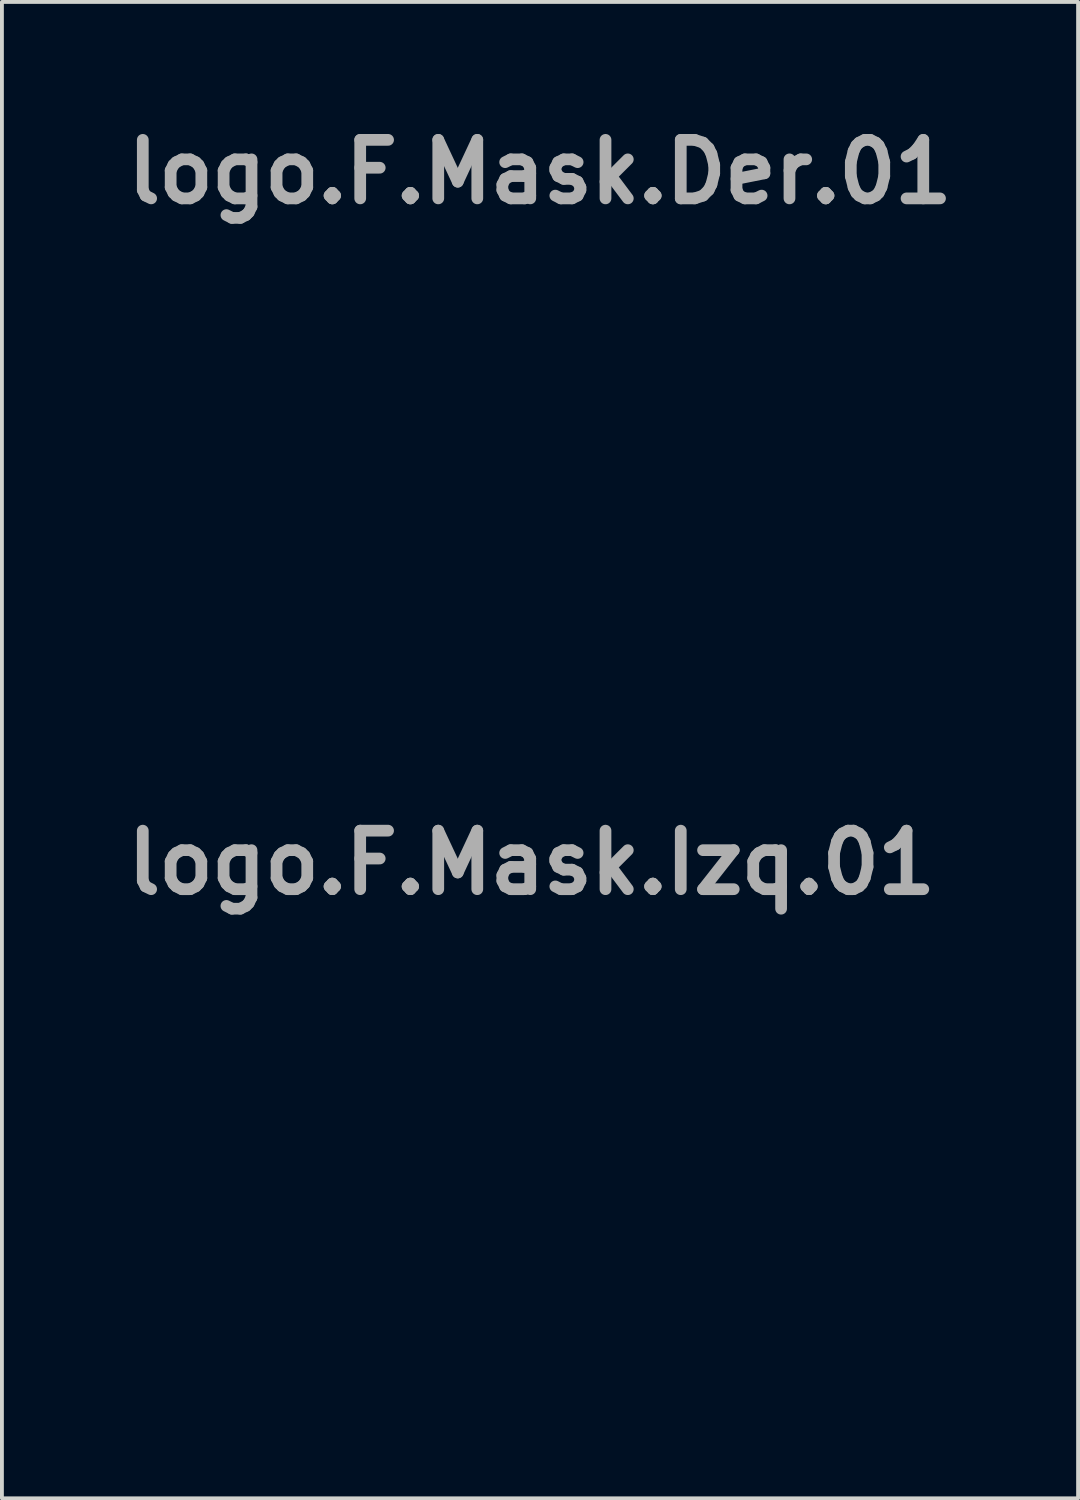
<source format=kicad_pcb>
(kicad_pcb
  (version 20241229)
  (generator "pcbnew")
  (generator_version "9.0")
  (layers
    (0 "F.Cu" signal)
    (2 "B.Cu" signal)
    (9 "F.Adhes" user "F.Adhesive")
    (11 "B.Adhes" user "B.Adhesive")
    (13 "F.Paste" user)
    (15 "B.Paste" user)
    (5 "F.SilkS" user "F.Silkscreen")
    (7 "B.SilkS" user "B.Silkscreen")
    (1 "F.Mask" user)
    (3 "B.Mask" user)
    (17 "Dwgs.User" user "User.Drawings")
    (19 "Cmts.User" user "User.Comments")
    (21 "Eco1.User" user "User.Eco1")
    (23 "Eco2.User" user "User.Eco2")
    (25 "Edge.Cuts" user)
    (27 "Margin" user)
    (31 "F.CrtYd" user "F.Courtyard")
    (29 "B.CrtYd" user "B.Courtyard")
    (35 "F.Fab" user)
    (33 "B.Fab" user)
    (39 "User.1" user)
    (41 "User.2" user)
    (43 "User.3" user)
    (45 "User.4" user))
  (footprint "logo.F.Mask.Izq.01"
    (layer "F.Cu")
    (at 10.791 27.676)
    (property "Reference" "logo.F.Mask.Izq.01" (at 0 -8.265 0) (layer "F.Fab") (effects (font (size 1.524 1.524) (thickness 0.305))))
    (attr smd)
    (fp_poly (pts (xy -1.987 5.085) (xy -2.551 4.943) (xy -3.405 1.006) (xy -3.228 1.006) (xy -3.052 1.006) (xy -2.876 1.006) (xy -2.699 1.006) (xy -2.523 1.006) (xy -2.346 1.006) (xy -2.17 1.006) (xy -1.994 1.006) (xy -1.817 1.006) (xy -1.641 1.006) (xy -1.464 1.006) (xy -1.288 1.006) (xy -1.112 1.006) (xy -0.935 1.006) (xy -0.759 1.006) (xy -0.583 1.006) (xy -0.406 1.006) (xy -0.23 1.006) (xy -0.053 1.006) (xy 0.123 1.006) (xy 0.299 1.006) (xy 0.476 1.006) (xy 0.652 1.006) (xy 0.829 1.006) (xy 1.005 1.006) (xy 1.181 1.006) (xy 1.358 1.006) (xy 1.534 1.006) (xy 1.711 1.006) (xy 1.887 1.006) (xy 2.063 1.006) (xy 2.24 1.006) (xy 2.24 0.939) (xy 2.24 0.873) (xy 2.24 0.807) (xy 2.24 0.741) (xy 2.24 0.675) (xy 2.24 0.609) (xy 2.24 0.542) (xy 2.24 0.476) (xy 2.24 0.41) (xy 2.24 0.344) (xy 2.24 0.278) (xy 2.24 0.212) (xy 2.24 0.146) (xy 2.24 0.079) (xy 2.24 0.013) (xy 2.24 -0.053) (xy 2.24 -0.119) (xy 2.24 -0.185) (xy 2.24 -0.251) (xy 2.24 -0.317) (xy 2.24 -0.384) (xy 2.24 -0.45) (xy 2.24 -0.516) (xy 2.24 -0.582) (xy 2.24 -0.648) (xy 2.24 -0.714) (xy 2.24 -0.78) (xy 2.24 -0.847) (xy 2.24 -0.913) (xy 2.24 -0.979) (xy 2.24 -1.045) (xy 2.24 -1.111) (xy 2.063 -1.111) (xy 1.887 -1.111) (xy 1.711 -1.111) (xy 1.534 -1.111) (xy 1.358 -1.111) (xy 1.181 -1.111) (xy 1.005 -1.111) (xy 0.829 -1.111) (xy 0.652 -1.111) (xy 0.476 -1.111) (xy 0.299 -1.111) (xy 0.123 -1.111) (xy -0.053 -1.111) (xy -0.23 -1.111) (xy -0.406 -1.111) (xy -0.583 -1.111) (xy -0.759 -1.111) (xy -0.935 -1.111) (xy -1.112 -1.111) (xy -1.288 -1.111) (xy -1.464 -1.111) (xy -1.641 -1.111) (xy -1.817 -1.111) (xy -1.994 -1.111) (xy -2.17 -1.111) (xy -2.346 -1.111) (xy -2.523 -1.111) (xy -2.699 -1.111) (xy -2.876 -1.111) (xy -3.052 -1.111) (xy -3.228 -1.111) (xy -3.405 -1.111) (xy -3.405 -1.045) (xy -3.405 -0.979) (xy -3.405 -0.913) (xy -3.405 -0.847) (xy -3.405 -0.78) (xy -3.405 -0.714) (xy -3.405 -0.648) (xy -3.405 -0.582) (xy -3.405 -0.516) (xy -3.405 -0.45) (xy -3.405 -0.384) (xy -3.405 -0.317) (xy -3.405 -0.251) (xy -3.405 -0.185) (xy -3.405 -0.119) (xy -3.405 -0.053) (xy -3.405 0.013) (xy -3.405 0.079) (xy -3.405 0.146) (xy -3.405 0.212) (xy -3.405 0.278) (xy -3.405 0.344) (xy -3.405 0.41) (xy -3.405 0.476) (xy -3.405 0.542) (xy -3.405 0.609) (xy -3.405 0.675) (xy -3.405 0.741) (xy -3.405 0.807) (xy -3.405 0.873) (xy -3.405 0.939) (xy -3.405 1.006) (xy -2.551 4.943) (xy -3.085 4.748) (xy -3.587 4.502) (xy -4.055 4.21) (xy -4.486 3.876) (xy -4.878 3.503) (xy -5.229 3.096) (xy -5.535 2.658) (xy -5.795 2.193) (xy -6.006 1.705) (xy -6.166 1.199) (xy -6.272 0.677) (xy -6.321 0.144) (xy -6.312 -0.396) (xy -6.241 -0.939) (xy -6.107 -1.482) (xy -5.959 -1.904) (xy -5.78 -2.304) (xy -5.573 -2.682) (xy -5.338 -3.037) (xy -5.076 -3.368) (xy -4.79 -3.675) (xy -4.478 -3.957) (xy -4.144 -4.212) (xy -3.788 -4.441) (xy -3.412 -4.642) (xy -3.015 -4.814) (xy -2.601 -4.957) (xy -2.169 -5.069) (xy -1.722 -5.151) (xy -1.259 -5.2) (xy -0.783 -5.217) (xy -0.332 -5.202) (xy 0.112 -5.155) (xy 0.547 -5.077) (xy 0.975 -4.967) (xy 1.396 -4.825) (xy 1.809 -4.651) (xy 2.216 -4.446) (xy 2.617 -4.208) (xy 3.011 -3.937) (xy 3.399 -3.634) (xy 3.781 -3.299) (xy 4.158 -2.93) (xy 4.529 -2.529) (xy 4.895 -2.094) (xy 5.256 -1.626) (xy 5.613 -1.124) (xy 5.658 -1.059) (xy 5.702 -0.994) (xy 5.747 -0.928) (xy 5.792 -0.863) (xy 5.836 -0.798) (xy 5.881 -0.732) (xy 5.926 -0.667) (xy 5.97 -0.602) (xy 6.015 -0.536) (xy 6.06 -0.471) (xy 6.104 -0.406) (xy 6.149 -0.341) (xy 6.194 -0.275) (xy 6.238 -0.21) (xy 6.283 -0.145) (xy 6.328 -0.079) (xy 6.309 -0.048) (xy 6.29 -0.016) (xy 6.271 0.016) (xy 6.252 0.048) (xy 6.233 0.079) (xy 6.214 0.111) (xy 6.195 0.143) (xy 6.176 0.174) (xy 6.157 0.206) (xy 6.138 0.238) (xy 6.119 0.269) (xy 6.1 0.301) (xy 6.081 0.333) (xy 6.062 0.364) (xy 6.043 0.396) (xy 6.023 0.428) (xy 5.735 0.887) (xy 5.431 1.329) (xy 5.113 1.752) (xy 4.782 2.156) (xy 4.439 2.539) (xy 4.087 2.9) (xy 3.725 3.239) (xy 3.356 3.555) (xy 2.98 3.845) (xy 2.599 4.11) (xy 2.214 4.348) (xy 1.827 4.557) (xy 1.439 4.738) (xy 1.051 4.889) (xy 0.664 5.009) (xy 0.28 5.097) (xy 0.12 5.126) (xy -0.032 5.15) (xy -0.179 5.171) (xy -0.319 5.188) (xy -0.456 5.201) (xy -0.589 5.21) (xy -0.721 5.216) (xy -0.851 5.217) (xy -0.981 5.214) (xy -1.113 5.208) (xy -1.247 5.197) (xy -1.384 5.183) (xy -1.525 5.164) (xy -1.672 5.142) (xy -1.826 5.115) (xy -1.987 5.085) (xy -1.987 5.085) (xy -1.987 5.085) (xy -1.987 5.085) (xy -1.987 5.085) (xy -1.987 5.085)) (stroke (width 0.133) (type solid)) (fill yes) (layer "F.Mask")))
  (footprint "logo.F.Mask.Der.01"
    (layer "F.Cu")
    (at 11.009 9.696)
    (property "Reference" "logo.F.Mask.Der.01" (at 0 -8.27 0) (layer "F.Fab") (effects (font (size 1.524 1.524) (thickness 0.305))))
    (attr smd)
    (fp_poly (pts (xy -0.55 5.043) (xy -2.292 1.01) (xy -2.177 1.01) (xy -2.063 1.01) (xy -1.948 1.01) (xy -1.834 1.01) (xy -1.719 1.01) (xy -1.604 1.01) (xy -1.49 1.01) (xy -1.375 1.01) (xy -1.26 1.01) (xy -1.146 1.01) (xy -1.031 1.01) (xy -0.916 1.01) (xy -0.802 1.01) (xy -0.687 1.01) (xy -0.572 1.01) (xy -0.458 1.01) (xy -0.458 1.125) (xy -0.458 1.239) (xy -0.458 1.354) (xy -0.458 1.469) (xy -0.458 1.583) (xy -0.458 1.698) (xy -0.458 1.813) (xy -0.458 1.927) (xy -0.458 2.042) (xy -0.458 2.156) (xy -0.458 2.271) (xy -0.458 2.386) (xy -0.458 2.5) (xy -0.458 2.615) (xy -0.458 2.73) (xy -0.458 2.844) (xy -0.325 2.844) (xy -0.193 2.844) (xy -0.061 2.844) (xy 0.071 2.844) (xy 0.204 2.844) (xy 0.336 2.844) (xy 0.468 2.844) (xy 0.601 2.844) (xy 0.733 2.844) (xy 0.865 2.844) (xy 0.998 2.844) (xy 1.13 2.844) (xy 1.262 2.844) (xy 1.394 2.844) (xy 1.527 2.844) (xy 1.659 2.844) (xy 1.659 2.73) (xy 1.659 2.615) (xy 1.659 2.5) (xy 1.659 2.386) (xy 1.659 2.271) (xy 1.659 2.156) (xy 1.659 2.042) (xy 1.659 1.927) (xy 1.659 1.813) (xy 1.659 1.698) (xy 1.659 1.583) (xy 1.659 1.469) (xy 1.659 1.354) (xy 1.659 1.239) (xy 1.659 1.125) (xy 1.659 1.01) (xy 1.765 1.01) (xy 1.871 1.01) (xy 1.976 1.01) (xy 2.082 1.01) (xy 2.188 1.01) (xy 2.294 1.01) (xy 2.4 1.01) (xy 2.506 1.01) (xy 2.611 1.01) (xy 2.717 1.01) (xy 2.823 1.01) (xy 2.929 1.01) (xy 3.035 1.01) (xy 3.141 1.01) (xy 3.246 1.01) (xy 3.352 1.01) (xy 3.352 0.878) (xy 3.352 0.745) (xy 3.352 0.613) (xy 3.352 0.481) (xy 3.352 0.349) (xy 3.352 0.216) (xy 3.352 0.084) (xy 3.352 -0.048) (xy 3.352 -0.181) (xy 3.352 -0.313) (xy 3.352 -0.445) (xy 3.352 -0.578) (xy 3.352 -0.71) (xy 3.352 -0.842) (xy 3.352 -0.974) (xy 3.352 -1.107) (xy 3.246 -1.107) (xy 3.141 -1.107) (xy 3.035 -1.107) (xy 2.929 -1.107) (xy 2.823 -1.107) (xy 2.717 -1.107) (xy 2.611 -1.107) (xy 2.506 -1.107) (xy 2.4 -1.107) (xy 2.294 -1.107) (xy 2.188 -1.107) (xy 2.082 -1.107) (xy 1.976 -1.107) (xy 1.871 -1.107) (xy 1.765 -1.107) (xy 1.659 -1.107) (xy 1.659 -1.213) (xy 1.659 -1.318) (xy 1.659 -1.424) (xy 1.659 -1.53) (xy 1.659 -1.636) (xy 1.659 -1.742) (xy 1.659 -1.848) (xy 1.659 -1.953) (xy 1.659 -2.059) (xy 1.659 -2.165) (xy 1.659 -2.271) (xy 1.659 -2.377) (xy 1.659 -2.483) (xy 1.659 -2.588) (xy 1.659 -2.694) (xy 1.659 -2.8) (xy 1.527 -2.8) (xy 1.394 -2.8) (xy 1.262 -2.8) (xy 1.13 -2.8) (xy 0.998 -2.8) (xy 0.865 -2.8) (xy 0.733 -2.8) (xy 0.601 -2.8) (xy 0.468 -2.8) (xy 0.336 -2.8) (xy 0.204 -2.8) (xy 0.071 -2.8) (xy -0.061 -2.8) (xy -0.193 -2.8) (xy -0.325 -2.8) (xy -0.458 -2.8) (xy -0.458 -2.694) (xy -0.458 -2.588) (xy -0.458 -2.483) (xy -0.458 -2.377) (xy -0.458 -2.271) (xy -0.458 -2.165) (xy -0.458 -2.059) (xy -0.458 -1.953) (xy -0.458 -1.848) (xy -0.458 -1.742) (xy -0.458 -1.636) (xy -0.458 -1.53) (xy -0.458 -1.424) (xy -0.458 -1.318) (xy -0.458 -1.213) (xy -0.458 -1.107) (xy -0.572 -1.107) (xy -0.687 -1.107) (xy -0.802 -1.107) (xy -0.916 -1.107) (xy -1.031 -1.107) (xy -1.146 -1.107) (xy -1.26 -1.107) (xy -1.375 -1.107) (xy -1.49 -1.107) (xy -1.604 -1.107) (xy -1.719 -1.107) (xy -1.834 -1.107) (xy -1.948 -1.107) (xy -2.063 -1.107) (xy -2.177 -1.107) (xy -2.292 -1.107) (xy -2.292 -0.974) (xy -2.292 -0.842) (xy -2.292 -0.71) (xy -2.292 -0.578) (xy -2.292 -0.445) (xy -2.292 -0.313) (xy -2.292 -0.181) (xy -2.292 -0.048) (xy -2.292 0.084) (xy -2.292 0.216) (xy -2.292 0.349) (xy -2.292 0.481) (xy -2.292 0.613) (xy -2.292 0.745) (xy -2.292 0.878) (xy -2.292 1.01) (xy -0.55 5.043) (xy -0.984 4.922) (xy -1.408 4.771) (xy -1.823 4.589) (xy -2.231 4.376) (xy -2.633 4.129) (xy -3.032 3.849) (xy -3.43 3.534) (xy -3.828 3.183) (xy -4.199 2.813) (xy -4.598 2.371) (xy -5.001 1.888) (xy -5.384 1.396) (xy -5.724 0.927) (xy -5.997 0.512) (xy -6.178 0.184) (xy -6.243 -0.026) (xy -6.184 -0.219) (xy -6.019 -0.523) (xy -5.769 -0.91) (xy -5.455 -1.352) (xy -5.099 -1.82) (xy -4.721 -2.287) (xy -4.341 -2.723) (xy -3.98 -3.101) (xy -3.357 -3.663) (xy -2.71 -4.139) (xy -2.041 -4.528) (xy -1.351 -4.832) (xy -0.639 -5.049) (xy 0.092 -5.179) (xy 0.843 -5.221) (xy 1.612 -5.177) (xy 2.275 -5.054) (xy 2.922 -4.842) (xy 3.541 -4.549) (xy 4.123 -4.183) (xy 4.656 -3.75) (xy 5.132 -3.258) (xy 5.538 -2.715) (xy 5.866 -2.128) (xy 5.976 -1.882) (xy 6.064 -1.659) (xy 6.13 -1.446) (xy 6.178 -1.226) (xy 6.211 -0.984) (xy 6.231 -0.706) (xy 6.241 -0.375) (xy 6.243 0.022) (xy 6.24 0.427) (xy 6.23 0.758) (xy 6.209 1.032) (xy 6.175 1.265) (xy 6.125 1.474) (xy 6.056 1.674) (xy 5.964 1.883) (xy 5.846 2.116) (xy 5.528 2.66) (xy 5.171 3.15) (xy 4.773 3.589) (xy 4.335 3.976) (xy 3.854 4.313) (xy 3.329 4.6) (xy 2.761 4.837) (xy 2.148 5.027) (xy 1.793 5.111) (xy 1.455 5.171) (xy 1.129 5.208) (xy 0.808 5.221) (xy 0.486 5.211) (xy 0.156 5.179) (xy -0.187 5.122) (xy -0.55 5.043) (xy -0.55 5.043) (xy -0.55 5.043) (xy -0.55 5.043) (xy -0.55 5.043) (xy -0.55 5.043)) (stroke (width 0.133) (type solid)) (fill yes) (layer "F.Mask")))
  (gr_rect
    (start -3 -3)
    (end 25.018 35.959)
    (stroke (width 0.1) (type default))
    (fill no)
    (layer "Edge.Cuts")))
</source>
